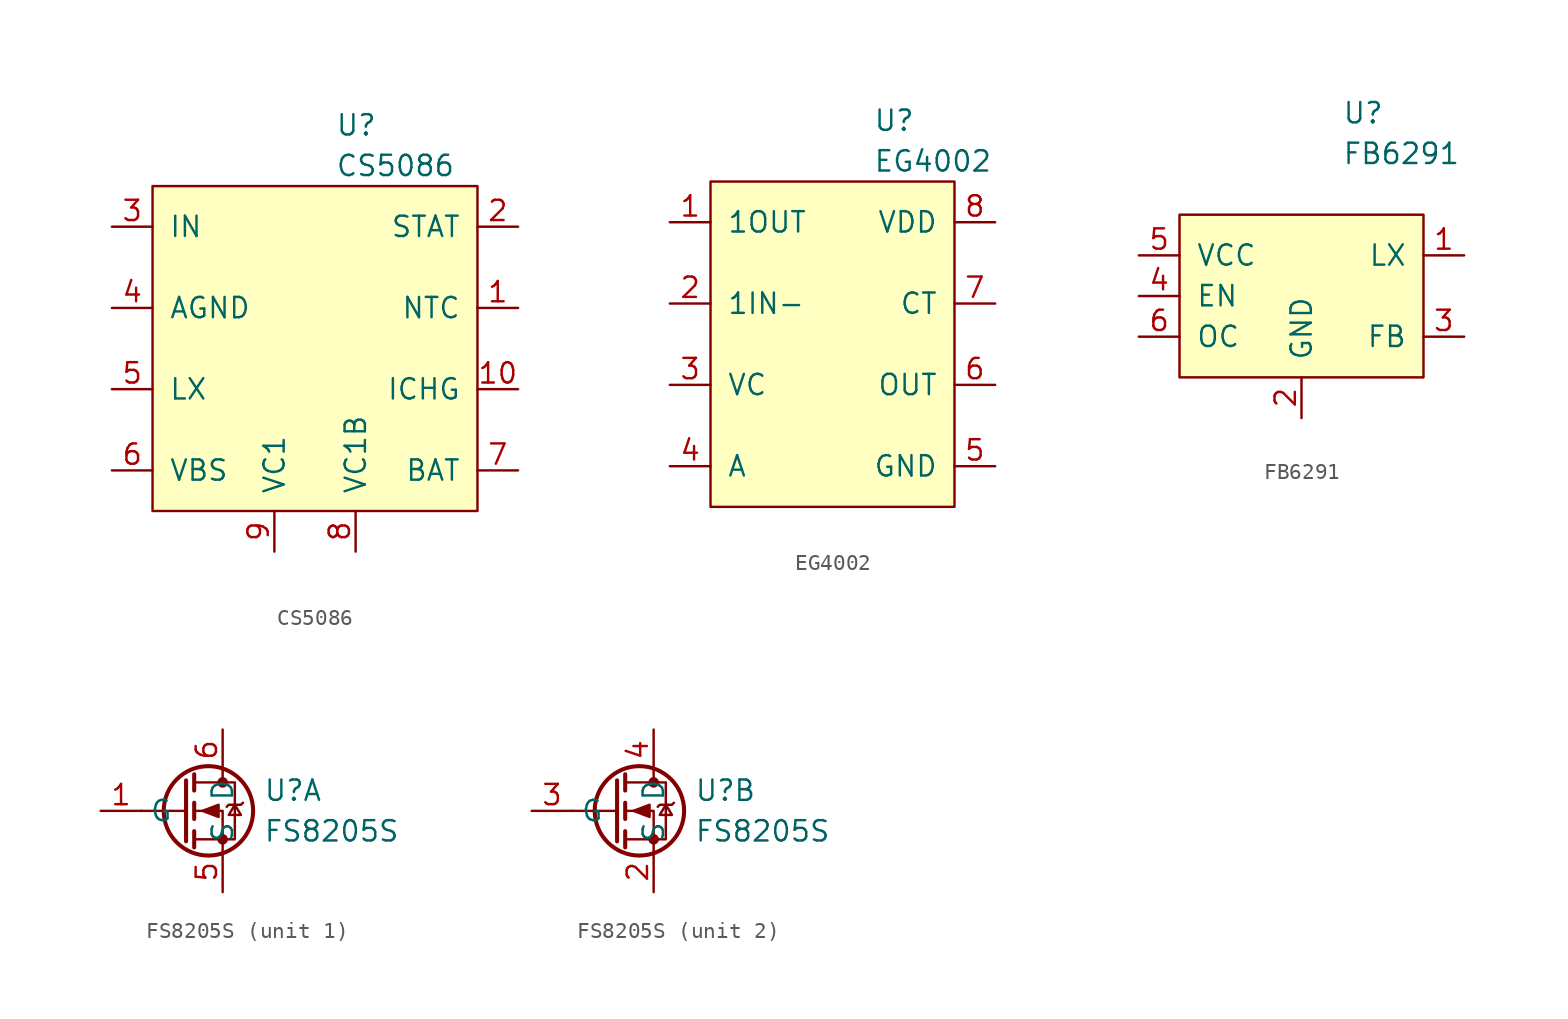
<source format=kicad_sym>
(kicad_symbol_lib
  (version 20220914)
  (generator kicad_symbol_editor)
  (symbol "CS5086"
    (pin_names
      (offset 1.016))
    (property "Reference" "U"
      (at 1.27 13.97 0)
      (effects (font (size 1.27 1.27)) (justify left)))
    (property "Value" "CS5086"
      (at 1.27 11.43 0)
      (effects (font (size 1.27 1.27)) (justify left)))
    (symbol "CS5086_0_1"
      (rectangle (start -10.16 10.16) (end 10.16 -10.16) (stroke (width 0) (type default)) (fill (type background))))
    (symbol "CS5086_1_1"
      (pin input line (at 12.7 2.54 180) (length 2.54) (name "NTC" (effects (font (size 1.27 1.27)))) (number "1" (effects (font (size 1.27 1.27)))))
      (pin input line (at 12.7 -2.54 180) (length 2.54) (name "ICHG" (effects (font (size 1.27 1.27)))) (number "10" (effects (font (size 1.27 1.27)))))
      (pin power_in line (at -12.7 2.54 0) (length 2.54) hide (name "PGND" (effects (font (size 1.27 1.27)))) (number "11" (effects (font (size 1.27 1.27)))))
      (pin output line (at 12.7 7.62 180) (length 2.54) (name "STAT" (effects (font (size 1.27 1.27)))) (number "2" (effects (font (size 1.27 1.27)))))
      (pin power_in line (at -12.7 7.62 0) (length 2.54) (name "IN" (effects (font (size 1.27 1.27)))) (number "3" (effects (font (size 1.27 1.27)))))
      (pin power_in line (at -12.7 2.54 0) (length 2.54) (name "AGND" (effects (font (size 1.27 1.27)))) (number "4" (effects (font (size 1.27 1.27)))))
      (pin power_out line (at -12.7 -2.54 0) (length 2.54) (name "LX" (effects (font (size 1.27 1.27)))) (number "5" (effects (font (size 1.27 1.27)))))
      (pin input line (at -12.7 -7.62 0) (length 2.54) (name "VBS" (effects (font (size 1.27 1.27)))) (number "6" (effects (font (size 1.27 1.27)))))
      (pin power_out line (at 12.7 -7.62 180) (length 2.54) (name "BAT" (effects (font (size 1.27 1.27)))) (number "7" (effects (font (size 1.27 1.27)))))
      (pin output line (at 2.54 -12.7 90) (length 2.54) (name "VC1B" (effects (font (size 1.27 1.27)))) (number "8" (effects (font (size 1.27 1.27)))))
      (pin input line (at -2.54 -12.7 90) (length 2.54) (name "VC1" (effects (font (size 1.27 1.27)))) (number "9" (effects (font (size 1.27 1.27)))))))
  (symbol "EG4002"
    (pin_names
      (offset 1.016))
    (property "Reference" "U"
      (at 2.54 13.97 0)
      (effects (font (size 1.27 1.27)) (justify left)))
    (property "Value" "EG4002"
      (at 2.54 11.43 0)
      (effects (font (size 1.27 1.27)) (justify left)))
    (symbol "EG4002_0_1"
      (rectangle (start -7.62 10.16) (end 7.62 -10.16) (stroke (width 0) (type default)) (fill (type background))))
    (symbol "EG4002_1_1"
      (pin output line (at -10.16 7.62 0) (length 2.54) (name "1OUT" (effects (font (size 1.27 1.27)))) (number "1" (effects (font (size 1.27 1.27)))))
      (pin input line (at -10.16 2.54 0) (length 2.54) (name "1IN-" (effects (font (size 1.27 1.27)))) (number "2" (effects (font (size 1.27 1.27)))))
      (pin input line (at -10.16 -2.54 0) (length 2.54) (name "VC" (effects (font (size 1.27 1.27)))) (number "3" (effects (font (size 1.27 1.27)))))
      (pin input line (at -10.16 -7.62 0) (length 2.54) (name "A" (effects (font (size 1.27 1.27)))) (number "4" (effects (font (size 1.27 1.27)))))
      (pin power_in line (at 10.16 -7.62 180) (length 2.54) (name "GND" (effects (font (size 1.27 1.27)))) (number "5" (effects (font (size 1.27 1.27)))))
      (pin output line (at 10.16 -2.54 180) (length 2.54) (name "OUT" (effects (font (size 1.27 1.27)))) (number "6" (effects (font (size 1.27 1.27)))))
      (pin input line (at 10.16 2.54 180) (length 2.54) (name "CT" (effects (font (size 1.27 1.27)))) (number "7" (effects (font (size 1.27 1.27)))))
      (pin power_in line (at 10.16 7.62 180) (length 2.54) (name "VDD" (effects (font (size 1.27 1.27)))) (number "8" (effects (font (size 1.27 1.27)))))))
  (symbol "FB6291"
    (pin_names
      (offset 1.016))
    (property "Reference" "U"
      (at 2.54 11.43 0)
      (effects (font (size 1.27 1.27)) (justify left)))
    (property "Value" "FB6291"
      (at 2.54 8.89 0)
      (effects (font (size 1.27 1.27)) (justify left)))
    (symbol "FB6291_0_1"
      (rectangle (start -7.62 5.08) (end 7.62 -5.08) (stroke (width 0) (type default)) (fill (type background))))
    (symbol "FB6291_1_1"
      (pin power_out line (at 10.16 2.54 180) (length 2.54) (name "LX" (effects (font (size 1.27 1.27)))) (number "1" (effects (font (size 1.27 1.27)))))
      (pin power_in line (at 0 -7.62 90) (length 2.54) (name "GND" (effects (font (size 1.27 1.27)))) (number "2" (effects (font (size 1.27 1.27)))))
      (pin input line (at 10.16 -2.54 180) (length 2.54) (name "FB" (effects (font (size 1.27 1.27)))) (number "3" (effects (font (size 1.27 1.27)))))
      (pin input line (at -10.16 0 0) (length 2.54) (name "EN" (effects (font (size 1.27 1.27)))) (number "4" (effects (font (size 1.27 1.27)))))
      (pin power_in line (at -10.16 2.54 0) (length 2.54) (name "VCC" (effects (font (size 1.27 1.27)))) (number "5" (effects (font (size 1.27 1.27)))))
      (pin input line (at -10.16 -2.54 0) (length 2.54) (name "OC" (effects (font (size 1.27 1.27)))) (number "6" (effects (font (size 1.27 1.27)))))))
  (symbol "FS8205S"
    (property "Reference" "U"
      (at 5.08 1.27 0)
      (effects (font (size 1.27 1.27)) (justify left)))
    (property "Value" "FS8205S"
      (at 5.08 -1.27 0)
      (effects (font (size 1.27 1.27)) (justify left)))
    (symbol "FS8205S_1_1"
      (polyline (pts (xy 0.254 0) (xy -2.54 0)) (stroke (width 0) (type default)) (fill (type none)))
      (polyline (pts (xy 0.254 1.905) (xy 0.254 -1.905)) (stroke (width 0.254) (type default)) (fill (type none)))
      (polyline (pts (xy 0.762 -1.27) (xy 0.762 -2.286)) (stroke (width 0.254) (type default)) (fill (type none)))
      (polyline (pts (xy 0.762 0.508) (xy 0.762 -0.508)) (stroke (width 0.254) (type default)) (fill (type none)))
      (polyline (pts (xy 0.762 2.286) (xy 0.762 1.27)) (stroke (width 0.254) (type default)) (fill (type none)))
      (polyline (pts (xy 2.54 2.54) (xy 2.54 1.778)) (stroke (width 0) (type default)) (fill (type none)))
      (polyline (pts (xy 2.54 -2.54) (xy 2.54 0) (xy 0.762 0)) (stroke (width 0) (type default)) (fill (type none)))
      (polyline (pts (xy 0.762 1.778) (xy 3.302 1.778) (xy 3.302 -1.778) (xy 0.762 -1.778)) (stroke (width 0) (type default)) (fill (type none)))
      (polyline (pts (xy 1.27 0) (xy 2.286 -0.381) (xy 2.286 0.381) (xy 1.27 0)) (stroke (width 0) (type default)) (fill (type outline)))
      (polyline (pts (xy 2.794 0.254) (xy 2.921 0.381) (xy 3.683 0.381) (xy 3.81 0.508)) (stroke (width 0) (type default)) (fill (type none)))
      (polyline (pts (xy 3.302 0.381) (xy 3.683 -0.254) (xy 2.921 -0.254) (xy 3.302 0.381)) (stroke (width 0) (type default)) (fill (type none)))
      (circle (center 1.651 0) (radius 2.794) (stroke (width 0.254) (type default)) (fill (type none)))
      (circle (center 2.54 -1.778) (radius 0.254) (stroke (width 0) (type default)) (fill (type outline)))
      (circle (center 2.54 1.778) (radius 0.254) (stroke (width 0) (type default)) (fill (type outline)))
      (pin input line (at -5.08 0 0) (length 2.54) (name "G" (effects (font (size 1.27 1.27)))) (number "1" (effects (font (size 1.27 1.27)))))
      (pin passive line (at 2.54 -5.08 90) (length 2.54) (name "S" (effects (font (size 1.27 1.27)))) (number "5" (effects (font (size 1.27 1.27)))))
      (pin passive line (at 2.54 5.08 270) (length 2.54) (name "D" (effects (font (size 1.27 1.27)))) (number "6" (effects (font (size 1.27 1.27))))))
    (symbol "FS8205S_2_1"
      (polyline (pts (xy 0.254 0) (xy -2.54 0)) (stroke (width 0) (type default)) (fill (type none)))
      (polyline (pts (xy 0.254 1.905) (xy 0.254 -1.905)) (stroke (width 0.254) (type default)) (fill (type none)))
      (polyline (pts (xy 0.762 -1.27) (xy 0.762 -2.286)) (stroke (width 0.254) (type default)) (fill (type none)))
      (polyline (pts (xy 0.762 0.508) (xy 0.762 -0.508)) (stroke (width 0.254) (type default)) (fill (type none)))
      (polyline (pts (xy 0.762 2.286) (xy 0.762 1.27)) (stroke (width 0.254) (type default)) (fill (type none)))
      (polyline (pts (xy 2.54 2.54) (xy 2.54 1.778)) (stroke (width 0) (type default)) (fill (type none)))
      (polyline (pts (xy 2.54 -2.54) (xy 2.54 0) (xy 0.762 0)) (stroke (width 0) (type default)) (fill (type none)))
      (polyline (pts (xy 0.762 1.778) (xy 3.302 1.778) (xy 3.302 -1.778) (xy 0.762 -1.778)) (stroke (width 0) (type default)) (fill (type none)))
      (polyline (pts (xy 1.27 0) (xy 2.286 -0.381) (xy 2.286 0.381) (xy 1.27 0)) (stroke (width 0) (type default)) (fill (type outline)))
      (polyline (pts (xy 2.794 0.254) (xy 2.921 0.381) (xy 3.683 0.381) (xy 3.81 0.508)) (stroke (width 0) (type default)) (fill (type none)))
      (polyline (pts (xy 3.302 0.381) (xy 3.683 -0.254) (xy 2.921 -0.254) (xy 3.302 0.381)) (stroke (width 0) (type default)) (fill (type none)))
      (circle (center 1.651 0) (radius 2.794) (stroke (width 0.254) (type default)) (fill (type none)))
      (circle (center 2.54 -1.778) (radius 0.254) (stroke (width 0) (type default)) (fill (type outline)))
      (circle (center 2.54 1.778) (radius 0.254) (stroke (width 0) (type default)) (fill (type outline)))
      (pin passive line (at 2.54 -5.08 90) (length 2.54) (name "S" (effects (font (size 1.27 1.27)))) (number "2" (effects (font (size 1.27 1.27)))))
      (pin input line (at -5.08 0 0) (length 2.54) (name "G" (effects (font (size 1.27 1.27)))) (number "3" (effects (font (size 1.27 1.27)))))
      (pin passive line (at 2.54 5.08 270) (length 2.54) (name "D" (effects (font (size 1.27 1.27)))) (number "4" (effects (font (size 1.27 1.27))))))))
</source>
